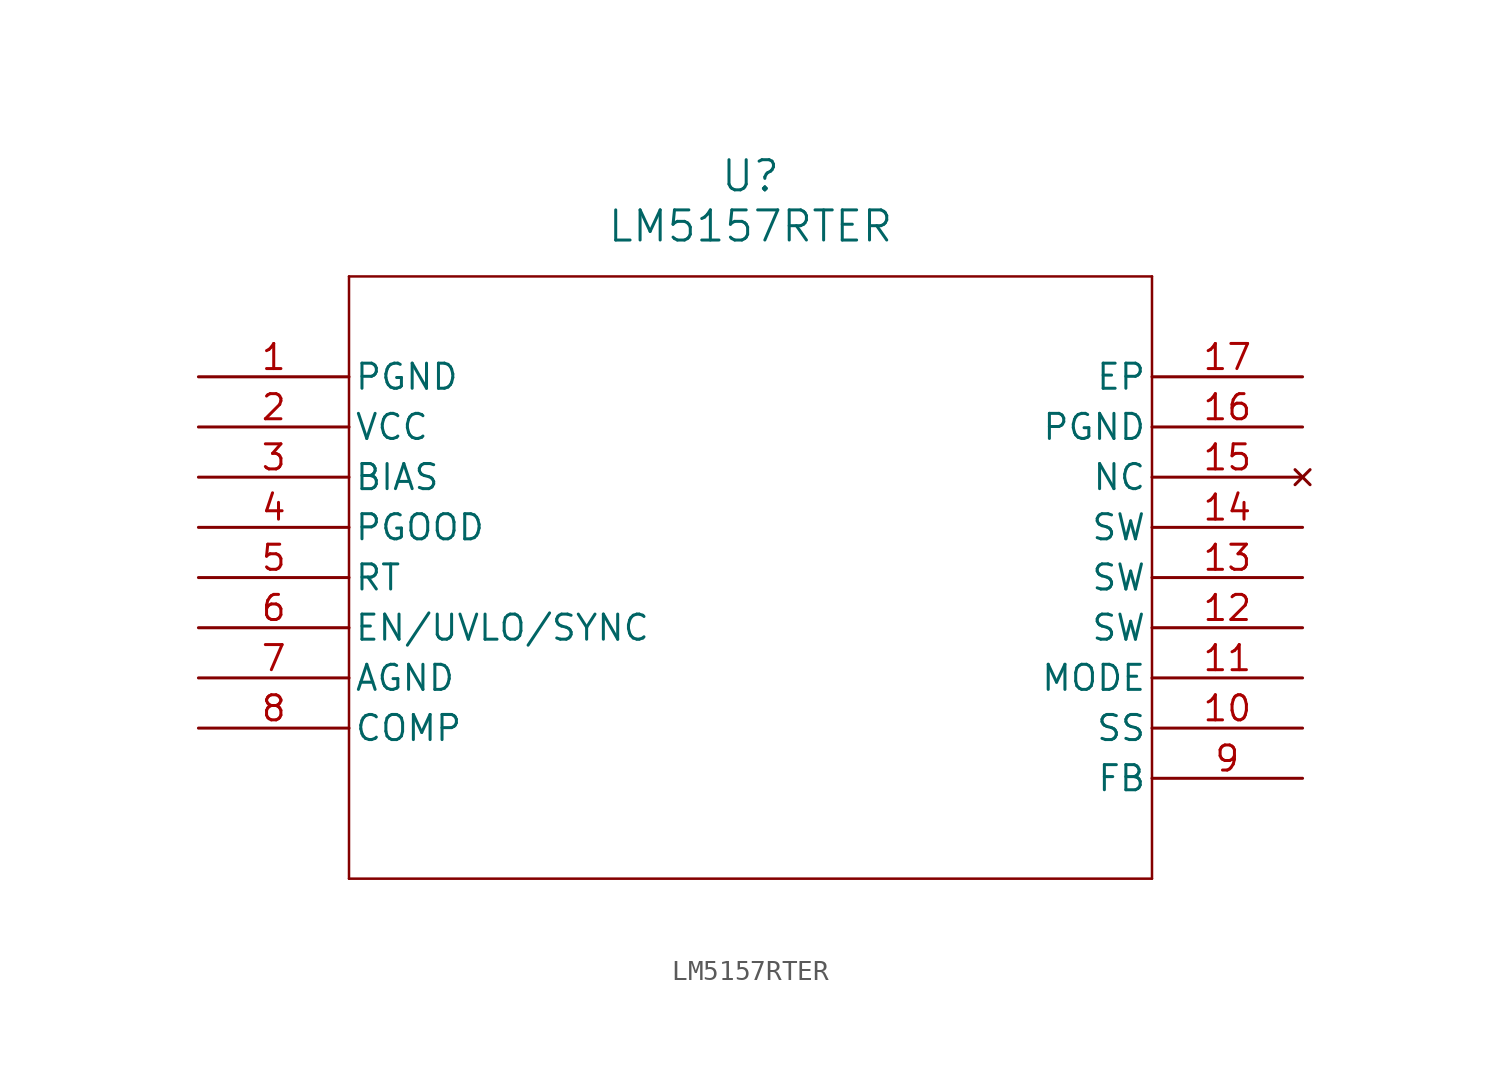
<source format=kicad_sym>
(kicad_symbol_lib
  (version 20220914)
  (generator kicad_symbol_editor)
  (symbol "LM5157RTER"
    (pin_names
      (offset 0.254))
    (property "Reference" "U"
      (at 27.94 10.16 0)
      (effects (font (size 1.524 1.524))))
    (property "Value" "LM5157RTER"
      (at 27.94 7.62 0)
      (effects (font (size 1.524 1.524))))
    (symbol "LM5157RTER_1_1"
      (polyline (pts (xy 7.62 -25.4) (xy 48.26 -25.4)) (stroke (width 0.127) (type default)) (fill (type none)))
      (polyline (pts (xy 7.62 5.08) (xy 7.62 -25.4)) (stroke (width 0.127) (type default)) (fill (type none)))
      (polyline (pts (xy 48.26 -25.4) (xy 48.26 5.08)) (stroke (width 0.127) (type default)) (fill (type none)))
      (polyline (pts (xy 48.26 5.08) (xy 7.62 5.08)) (stroke (width 0.127) (type default)) (fill (type none)))
      (pin power_out line (at 0 0 0) (length 7.62) (name "PGND" (effects (font (size 1.27 1.27)))) (number "1" (effects (font (size 1.27 1.27)))))
      (pin unspecified line (at 55.88 -17.78 180) (length 7.62) (name "SS" (effects (font (size 1.27 1.27)))) (number "10" (effects (font (size 1.27 1.27)))))
      (pin unspecified line (at 55.88 -15.24 180) (length 7.62) (name "MODE" (effects (font (size 1.27 1.27)))) (number "11" (effects (font (size 1.27 1.27)))))
      (pin unspecified line (at 55.88 -12.7 180) (length 7.62) (name "SW" (effects (font (size 1.27 1.27)))) (number "12" (effects (font (size 1.27 1.27)))))
      (pin unspecified line (at 55.88 -10.16 180) (length 7.62) (name "SW" (effects (font (size 1.27 1.27)))) (number "13" (effects (font (size 1.27 1.27)))))
      (pin unspecified line (at 55.88 -7.62 180) (length 7.62) (name "SW" (effects (font (size 1.27 1.27)))) (number "14" (effects (font (size 1.27 1.27)))))
      (pin no_connect line (at 55.88 -5.08 180) (length 7.62) (name "NC" (effects (font (size 1.27 1.27)))) (number "15" (effects (font (size 1.27 1.27)))))
      (pin power_out line (at 55.88 -2.54 180) (length 7.62) (name "PGND" (effects (font (size 1.27 1.27)))) (number "16" (effects (font (size 1.27 1.27)))))
      (pin unspecified line (at 55.88 0 180) (length 7.62) (name "EP" (effects (font (size 1.27 1.27)))) (number "17" (effects (font (size 1.27 1.27)))))
      (pin power_in line (at 0 -2.54 0) (length 7.62) (name "VCC" (effects (font (size 1.27 1.27)))) (number "2" (effects (font (size 1.27 1.27)))))
      (pin unspecified line (at 0 -5.08 0) (length 7.62) (name "BIAS" (effects (font (size 1.27 1.27)))) (number "3" (effects (font (size 1.27 1.27)))))
      (pin power_in line (at 0 -7.62 0) (length 7.62) (name "PGOOD" (effects (font (size 1.27 1.27)))) (number "4" (effects (font (size 1.27 1.27)))))
      (pin unspecified line (at 0 -10.16 0) (length 7.62) (name "RT" (effects (font (size 1.27 1.27)))) (number "5" (effects (font (size 1.27 1.27)))))
      (pin unspecified line (at 0 -12.7 0) (length 7.62) (name "EN/UVLO/SYNC" (effects (font (size 1.27 1.27)))) (number "6" (effects (font (size 1.27 1.27)))))
      (pin power_out line (at 0 -15.24 0) (length 7.62) (name "AGND" (effects (font (size 1.27 1.27)))) (number "7" (effects (font (size 1.27 1.27)))))
      (pin unspecified line (at 0 -17.78 0) (length 7.62) (name "COMP" (effects (font (size 1.27 1.27)))) (number "8" (effects (font (size 1.27 1.27)))))
      (pin unspecified line (at 55.88 -20.32 180) (length 7.62) (name "FB" (effects (font (size 1.27 1.27)))) (number "9" (effects (font (size 1.27 1.27))))))))
</source>
